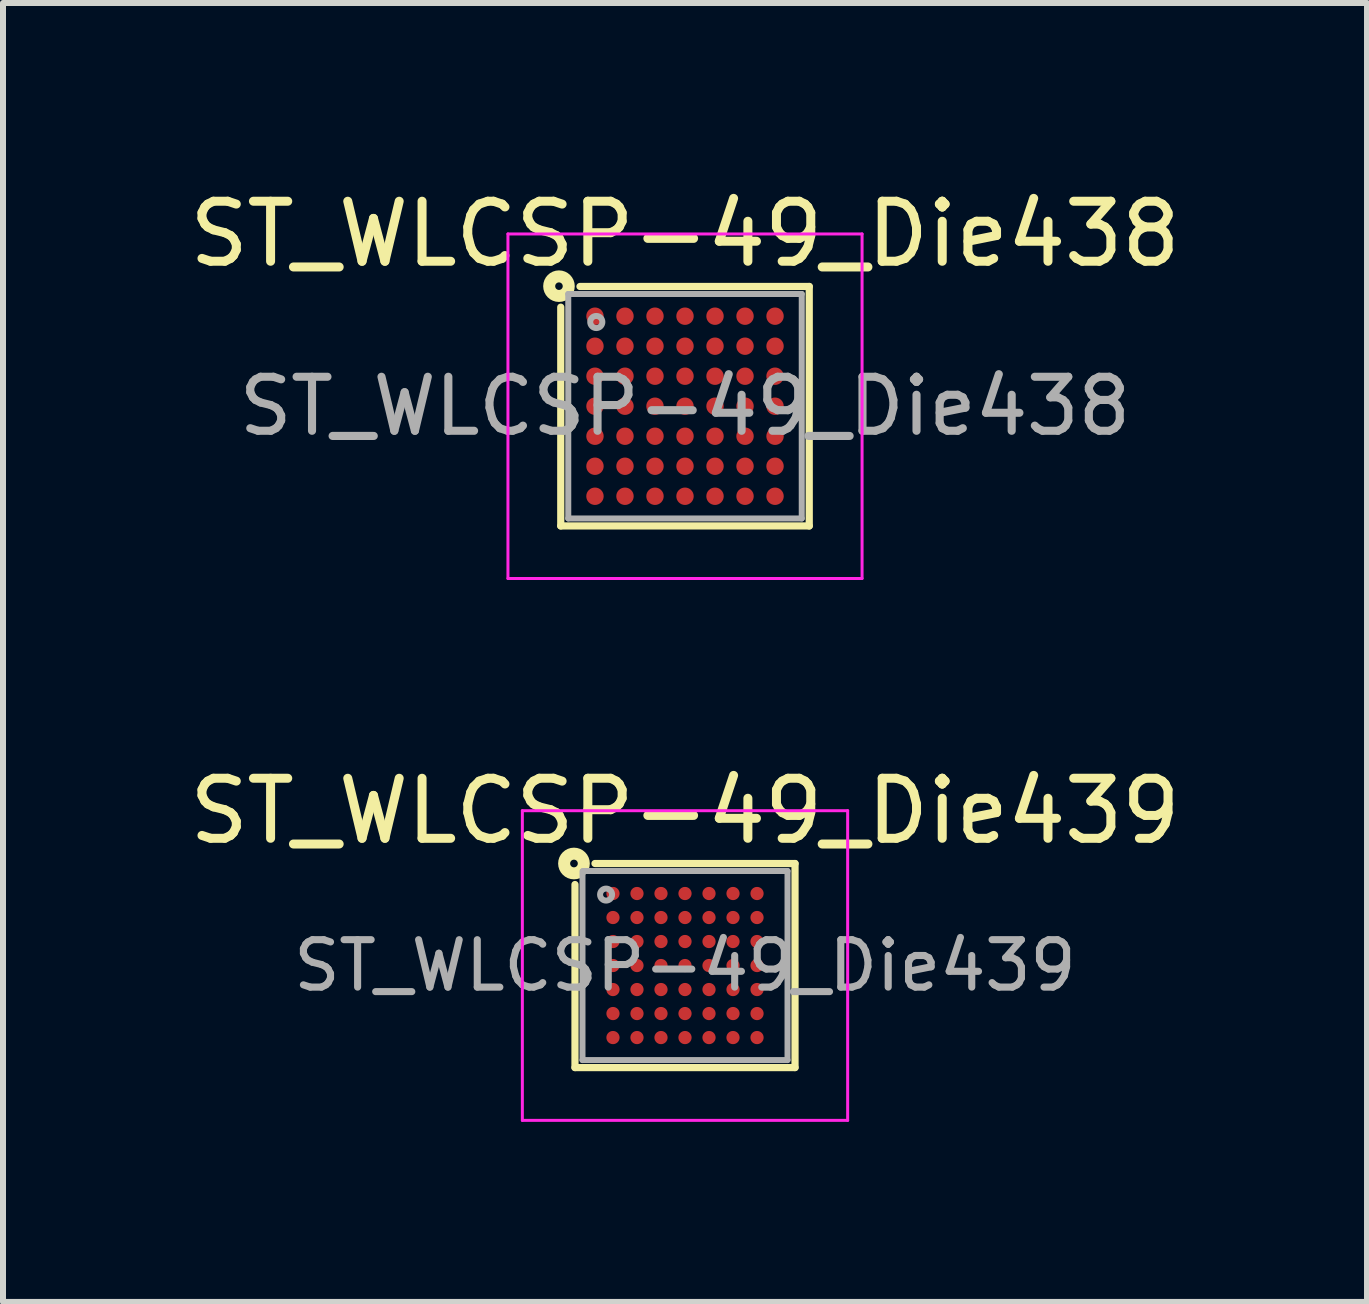
<source format=kicad_pcb>
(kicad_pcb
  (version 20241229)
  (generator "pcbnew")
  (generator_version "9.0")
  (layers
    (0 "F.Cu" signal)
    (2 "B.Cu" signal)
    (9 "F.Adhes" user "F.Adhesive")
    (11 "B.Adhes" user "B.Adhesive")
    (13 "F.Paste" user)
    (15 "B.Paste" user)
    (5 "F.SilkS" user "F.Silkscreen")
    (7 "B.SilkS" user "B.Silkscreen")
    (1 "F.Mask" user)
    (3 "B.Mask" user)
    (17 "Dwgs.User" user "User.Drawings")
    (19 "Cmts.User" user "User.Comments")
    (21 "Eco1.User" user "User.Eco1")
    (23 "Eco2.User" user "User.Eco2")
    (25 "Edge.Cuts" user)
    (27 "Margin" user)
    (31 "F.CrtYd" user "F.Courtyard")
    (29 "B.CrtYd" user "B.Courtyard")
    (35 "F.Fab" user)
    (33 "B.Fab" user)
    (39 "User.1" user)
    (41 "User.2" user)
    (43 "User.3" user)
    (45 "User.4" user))
  (footprint "ST_WLCSP-49_Die439"
    (layer "F.Cu")
    (at 8.363 13.037)
    (property "Reference" "ST_WLCSP-49_Die439" (at 0 -2.575 0) (layer "F.SilkS") (effects (font (size 1 1) (thickness 0.15))))
    (attr smd)
    (fp_line (start -1.833 1.7) (end -1.833 -1.35) (stroke (width 0.12) (type solid)) (layer "F.SilkS"))
    (fp_line (start -1.5 -1.7) (end 1.833 -1.7) (stroke (width 0.12) (type solid)) (layer "F.SilkS"))
    (fp_line (start 1.833 -1.7) (end 1.833 1.7) (stroke (width 0.12) (type solid)) (layer "F.SilkS"))
    (fp_line (start 1.833 1.7) (end -1.833 1.7) (stroke (width 0.12) (type solid)) (layer "F.SilkS"))
    (fp_circle (center -1.85 -1.7) (end -1.786 -1.7) (stroke (width 0.2) (type solid)) (fill no) (layer "F.SilkS"))
    (fp_line (start -2.71 -2.58) (end -2.71 2.58) (stroke (width 0.05) (type solid)) (layer "F.CrtYd"))
    (fp_line (start -2.71 2.58) (end 2.71 2.58) (stroke (width 0.05) (type solid)) (layer "F.CrtYd"))
    (fp_line (start 2.71 -2.58) (end -2.71 -2.58) (stroke (width 0.05) (type solid)) (layer "F.CrtYd"))
    (fp_line (start 2.71 2.58) (end 2.71 -2.58) (stroke (width 0.05) (type solid)) (layer "F.CrtYd"))
    (fp_line (start -1.708 1.575) (end -1.708 -1.57) (stroke (width 0.1) (type solid)) (layer "F.Fab"))
    (fp_line (start -1.7 -1.575) (end 1.708 -1.575) (stroke (width 0.1) (type solid)) (layer "F.Fab"))
    (fp_line (start 1.708 -1.575) (end 1.708 1.575) (stroke (width 0.1) (type solid)) (layer "F.Fab"))
    (fp_line (start 1.708 1.575) (end -1.708 1.575) (stroke (width 0.1) (type solid)) (layer "F.Fab"))
    (fp_circle (center -1.315 -1.182) (end -1.215 -1.182) (stroke (width 0.1) (type solid)) (fill no) (layer "F.Fab"))
    (fp_text user "${REFERENCE}" (at 0 0 0) (layer "F.Fab") (effects (font (size 0.79 0.79) (thickness 0.118))))
    (pad "A1" smd circle (at -1.2 -1.2) (size 0.22 0.22) (layers "F.Cu" "F.Mask" "F.Paste"))
    (pad "A2" smd circle (at -0.8 -1.2) (size 0.22 0.22) (layers "F.Cu" "F.Mask" "F.Paste"))
    (pad "A3" smd circle (at -0.4 -1.2) (size 0.22 0.22) (layers "F.Cu" "F.Mask" "F.Paste"))
    (pad "A4" smd circle (at 0 -1.2) (size 0.22 0.22) (layers "F.Cu" "F.Mask" "F.Paste"))
    (pad "A5" smd circle (at 0.4 -1.2) (size 0.22 0.22) (layers "F.Cu" "F.Mask" "F.Paste"))
    (pad "A6" smd circle (at 0.8 -1.2) (size 0.22 0.22) (layers "F.Cu" "F.Mask" "F.Paste"))
    (pad "A7" smd circle (at 1.2 -1.2) (size 0.22 0.22) (layers "F.Cu" "F.Mask" "F.Paste"))
    (pad "B1" smd circle (at -1.2 -0.8) (size 0.22 0.22) (layers "F.Cu" "F.Mask" "F.Paste"))
    (pad "B2" smd circle (at -0.8 -0.8) (size 0.22 0.22) (layers "F.Cu" "F.Mask" "F.Paste"))
    (pad "B3" smd circle (at -0.4 -0.8) (size 0.22 0.22) (layers "F.Cu" "F.Mask" "F.Paste"))
    (pad "B4" smd circle (at 0 -0.8) (size 0.22 0.22) (layers "F.Cu" "F.Mask" "F.Paste"))
    (pad "B5" smd circle (at 0.4 -0.8) (size 0.22 0.22) (layers "F.Cu" "F.Mask" "F.Paste"))
    (pad "B6" smd circle (at 0.8 -0.8) (size 0.22 0.22) (layers "F.Cu" "F.Mask" "F.Paste"))
    (pad "B7" smd circle (at 1.2 -0.8) (size 0.22 0.22) (layers "F.Cu" "F.Mask" "F.Paste"))
    (pad "C1" smd circle (at -1.2 -0.4) (size 0.22 0.22) (layers "F.Cu" "F.Mask" "F.Paste"))
    (pad "C2" smd circle (at -0.8 -0.4) (size 0.22 0.22) (layers "F.Cu" "F.Mask" "F.Paste"))
    (pad "C3" smd circle (at -0.4 -0.4) (size 0.22 0.22) (layers "F.Cu" "F.Mask" "F.Paste"))
    (pad "C4" smd circle (at 0 -0.4) (size 0.22 0.22) (layers "F.Cu" "F.Mask" "F.Paste"))
    (pad "C5" smd circle (at 0.4 -0.4) (size 0.22 0.22) (layers "F.Cu" "F.Mask" "F.Paste"))
    (pad "C6" smd circle (at 0.8 -0.4) (size 0.22 0.22) (layers "F.Cu" "F.Mask" "F.Paste"))
    (pad "C7" smd circle (at 1.2 -0.4) (size 0.22 0.22) (layers "F.Cu" "F.Mask" "F.Paste"))
    (pad "D1" smd circle (at -1.2 0) (size 0.22 0.22) (layers "F.Cu" "F.Mask" "F.Paste"))
    (pad "D2" smd circle (at -0.8 0) (size 0.22 0.22) (layers "F.Cu" "F.Mask" "F.Paste"))
    (pad "D3" smd circle (at -0.4 0) (size 0.22 0.22) (layers "F.Cu" "F.Mask" "F.Paste"))
    (pad "D4" smd circle (at 0 0) (size 0.22 0.22) (layers "F.Cu" "F.Mask" "F.Paste"))
    (pad "D5" smd circle (at 0.4 0) (size 0.22 0.22) (layers "F.Cu" "F.Mask" "F.Paste"))
    (pad "D6" smd circle (at 0.8 0) (size 0.22 0.22) (layers "F.Cu" "F.Mask" "F.Paste"))
    (pad "D7" smd circle (at 1.2 0) (size 0.22 0.22) (layers "F.Cu" "F.Mask" "F.Paste"))
    (pad "E1" smd circle (at -1.2 0.4) (size 0.22 0.22) (layers "F.Cu" "F.Mask" "F.Paste"))
    (pad "E2" smd circle (at -0.8 0.4) (size 0.22 0.22) (layers "F.Cu" "F.Mask" "F.Paste"))
    (pad "E3" smd circle (at -0.4 0.4) (size 0.22 0.22) (layers "F.Cu" "F.Mask" "F.Paste"))
    (pad "E4" smd circle (at 0 0.4) (size 0.22 0.22) (layers "F.Cu" "F.Mask" "F.Paste"))
    (pad "E5" smd circle (at 0.4 0.4) (size 0.22 0.22) (layers "F.Cu" "F.Mask" "F.Paste"))
    (pad "E6" smd circle (at 0.8 0.4) (size 0.22 0.22) (layers "F.Cu" "F.Mask" "F.Paste"))
    (pad "E7" smd circle (at 1.2 0.4) (size 0.22 0.22) (layers "F.Cu" "F.Mask" "F.Paste"))
    (pad "F1" smd circle (at -1.2 0.8) (size 0.22 0.22) (layers "F.Cu" "F.Mask" "F.Paste"))
    (pad "F2" smd circle (at -0.8 0.8) (size 0.22 0.22) (layers "F.Cu" "F.Mask" "F.Paste"))
    (pad "F3" smd circle (at -0.4 0.8) (size 0.22 0.22) (layers "F.Cu" "F.Mask" "F.Paste"))
    (pad "F4" smd circle (at 0 0.8) (size 0.22 0.22) (layers "F.Cu" "F.Mask" "F.Paste"))
    (pad "F5" smd circle (at 0.4 0.8) (size 0.22 0.22) (layers "F.Cu" "F.Mask" "F.Paste"))
    (pad "F6" smd circle (at 0.8 0.8) (size 0.22 0.22) (layers "F.Cu" "F.Mask" "F.Paste"))
    (pad "F7" smd circle (at 1.2 0.8) (size 0.22 0.22) (layers "F.Cu" "F.Mask" "F.Paste"))
    (pad "G1" smd circle (at -1.2 1.2) (size 0.22 0.22) (layers "F.Cu" "F.Mask" "F.Paste"))
    (pad "G2" smd circle (at -0.8 1.2) (size 0.22 0.22) (layers "F.Cu" "F.Mask" "F.Paste"))
    (pad "G3" smd circle (at -0.4 1.2) (size 0.22 0.22) (layers "F.Cu" "F.Mask" "F.Paste"))
    (pad "G4" smd circle (at 0 1.2) (size 0.22 0.22) (layers "F.Cu" "F.Mask" "F.Paste"))
    (pad "G5" smd circle (at 0.4 1.2) (size 0.22 0.22) (layers "F.Cu" "F.Mask" "F.Paste"))
    (pad "G6" smd circle (at 0.8 1.2) (size 0.22 0.22) (layers "F.Cu" "F.Mask" "F.Paste"))
    (pad "G7" smd circle (at 1.2 1.2) (size 0.22 0.22) (layers "F.Cu" "F.Mask" "F.Paste")))
  (footprint "ST_WLCSP-49_Die438"
    (layer "F.Cu")
    (at 8.363 3.718)
    (property "Reference" "ST_WLCSP-49_Die438" (at 0 -2.87 0) (layer "F.SilkS") (effects (font (size 1 1) (thickness 0.15))))
    (attr smd)
    (fp_line (start -2.07 1.995) (end -2.07 -1.65) (stroke (width 0.12) (type solid)) (layer "F.SilkS"))
    (fp_line (start -1.75 -1.995) (end 2.07 -1.995) (stroke (width 0.12) (type solid)) (layer "F.SilkS"))
    (fp_line (start 2.07 -1.995) (end 2.07 1.995) (stroke (width 0.12) (type solid)) (layer "F.SilkS"))
    (fp_line (start 2.07 1.995) (end -2.07 1.995) (stroke (width 0.12) (type solid)) (layer "F.SilkS"))
    (fp_circle (center -2.1 -2) (end -2.037 -2) (stroke (width 0.2) (type solid)) (fill no) (layer "F.SilkS"))
    (fp_line (start -2.95 -2.87) (end -2.95 2.87) (stroke (width 0.05) (type solid)) (layer "F.CrtYd"))
    (fp_line (start -2.95 2.87) (end 2.95 2.87) (stroke (width 0.05) (type solid)) (layer "F.CrtYd"))
    (fp_line (start 2.95 -2.87) (end -2.95 -2.87) (stroke (width 0.05) (type solid)) (layer "F.CrtYd"))
    (fp_line (start 2.95 2.87) (end 2.95 -2.87) (stroke (width 0.05) (type solid)) (layer "F.CrtYd"))
    (fp_line (start -1.945 -1.87) (end 1.945 -1.87) (stroke (width 0.1) (type solid)) (layer "F.Fab"))
    (fp_line (start -1.945 1.87) (end -1.945 -1.87) (stroke (width 0.1) (type solid)) (layer "F.Fab"))
    (fp_line (start 1.945 -1.87) (end 1.945 1.87) (stroke (width 0.1) (type solid)) (layer "F.Fab"))
    (fp_line (start 1.945 1.87) (end -1.945 1.87) (stroke (width 0.1) (type solid)) (layer "F.Fab"))
    (fp_circle (center -1.478 -1.403) (end -1.377 -1.403) (stroke (width 0.1) (type solid)) (fill no) (layer "F.Fab"))
    (fp_text user "${REFERENCE}" (at 0 0 0) (layer "F.Fab") (effects (font (size 0.9 0.9) (thickness 0.135))))
    (pad "A1" smd circle (at -1.5 -1.5) (size 0.29 0.29) (layers "F.Cu" "F.Mask" "F.Paste"))
    (pad "A2" smd circle (at -1 -1.5) (size 0.29 0.29) (layers "F.Cu" "F.Mask" "F.Paste"))
    (pad "A3" smd circle (at -0.5 -1.5) (size 0.29 0.29) (layers "F.Cu" "F.Mask" "F.Paste"))
    (pad "A4" smd circle (at 0 -1.5) (size 0.29 0.29) (layers "F.Cu" "F.Mask" "F.Paste"))
    (pad "A5" smd circle (at 0.5 -1.5) (size 0.29 0.29) (layers "F.Cu" "F.Mask" "F.Paste"))
    (pad "A6" smd circle (at 1 -1.5) (size 0.29 0.29) (layers "F.Cu" "F.Mask" "F.Paste"))
    (pad "A7" smd circle (at 1.5 -1.5) (size 0.29 0.29) (layers "F.Cu" "F.Mask" "F.Paste"))
    (pad "B1" smd circle (at -1.5 -1) (size 0.29 0.29) (layers "F.Cu" "F.Mask" "F.Paste"))
    (pad "B2" smd circle (at -1 -1) (size 0.29 0.29) (layers "F.Cu" "F.Mask" "F.Paste"))
    (pad "B3" smd circle (at -0.5 -1) (size 0.29 0.29) (layers "F.Cu" "F.Mask" "F.Paste"))
    (pad "B4" smd circle (at 0 -1) (size 0.29 0.29) (layers "F.Cu" "F.Mask" "F.Paste"))
    (pad "B5" smd circle (at 0.5 -1) (size 0.29 0.29) (layers "F.Cu" "F.Mask" "F.Paste"))
    (pad "B6" smd circle (at 1 -1) (size 0.29 0.29) (layers "F.Cu" "F.Mask" "F.Paste"))
    (pad "B7" smd circle (at 1.5 -1) (size 0.29 0.29) (layers "F.Cu" "F.Mask" "F.Paste"))
    (pad "C1" smd circle (at -1.5 -0.5) (size 0.29 0.29) (layers "F.Cu" "F.Mask" "F.Paste"))
    (pad "C2" smd circle (at -1 -0.5) (size 0.29 0.29) (layers "F.Cu" "F.Mask" "F.Paste"))
    (pad "C3" smd circle (at -0.5 -0.5) (size 0.29 0.29) (layers "F.Cu" "F.Mask" "F.Paste"))
    (pad "C4" smd circle (at 0 -0.5) (size 0.29 0.29) (layers "F.Cu" "F.Mask" "F.Paste"))
    (pad "C5" smd circle (at 0.5 -0.5) (size 0.29 0.29) (layers "F.Cu" "F.Mask" "F.Paste"))
    (pad "C6" smd circle (at 1 -0.5) (size 0.29 0.29) (layers "F.Cu" "F.Mask" "F.Paste"))
    (pad "C7" smd circle (at 1.5 -0.5) (size 0.29 0.29) (layers "F.Cu" "F.Mask" "F.Paste"))
    (pad "D1" smd circle (at -1.5 0) (size 0.29 0.29) (layers "F.Cu" "F.Mask" "F.Paste"))
    (pad "D2" smd circle (at -1 0) (size 0.29 0.29) (layers "F.Cu" "F.Mask" "F.Paste"))
    (pad "D3" smd circle (at -0.5 0) (size 0.29 0.29) (layers "F.Cu" "F.Mask" "F.Paste"))
    (pad "D4" smd circle (at 0 0) (size 0.29 0.29) (layers "F.Cu" "F.Mask" "F.Paste"))
    (pad "D5" smd circle (at 0.5 0) (size 0.29 0.29) (layers "F.Cu" "F.Mask" "F.Paste"))
    (pad "D6" smd circle (at 1 0) (size 0.29 0.29) (layers "F.Cu" "F.Mask" "F.Paste"))
    (pad "D7" smd circle (at 1.5 0) (size 0.29 0.29) (layers "F.Cu" "F.Mask" "F.Paste"))
    (pad "E1" smd circle (at -1.5 0.5) (size 0.29 0.29) (layers "F.Cu" "F.Mask" "F.Paste"))
    (pad "E2" smd circle (at -1 0.5) (size 0.29 0.29) (layers "F.Cu" "F.Mask" "F.Paste"))
    (pad "E3" smd circle (at -0.5 0.5) (size 0.29 0.29) (layers "F.Cu" "F.Mask" "F.Paste"))
    (pad "E4" smd circle (at 0 0.5) (size 0.29 0.29) (layers "F.Cu" "F.Mask" "F.Paste"))
    (pad "E5" smd circle (at 0.5 0.5) (size 0.29 0.29) (layers "F.Cu" "F.Mask" "F.Paste"))
    (pad "E6" smd circle (at 1 0.5) (size 0.29 0.29) (layers "F.Cu" "F.Mask" "F.Paste"))
    (pad "E7" smd circle (at 1.5 0.5) (size 0.29 0.29) (layers "F.Cu" "F.Mask" "F.Paste"))
    (pad "F1" smd circle (at -1.5 1) (size 0.29 0.29) (layers "F.Cu" "F.Mask" "F.Paste"))
    (pad "F2" smd circle (at -1 1) (size 0.29 0.29) (layers "F.Cu" "F.Mask" "F.Paste"))
    (pad "F3" smd circle (at -0.5 1) (size 0.29 0.29) (layers "F.Cu" "F.Mask" "F.Paste"))
    (pad "F4" smd circle (at 0 1) (size 0.29 0.29) (layers "F.Cu" "F.Mask" "F.Paste"))
    (pad "F5" smd circle (at 0.5 1) (size 0.29 0.29) (layers "F.Cu" "F.Mask" "F.Paste"))
    (pad "F6" smd circle (at 1 1) (size 0.29 0.29) (layers "F.Cu" "F.Mask" "F.Paste"))
    (pad "F7" smd circle (at 1.5 1) (size 0.29 0.29) (layers "F.Cu" "F.Mask" "F.Paste"))
    (pad "G1" smd circle (at -1.5 1.5) (size 0.29 0.29) (layers "F.Cu" "F.Mask" "F.Paste"))
    (pad "G2" smd circle (at -1 1.5) (size 0.29 0.29) (layers "F.Cu" "F.Mask" "F.Paste"))
    (pad "G3" smd circle (at -0.5 1.5) (size 0.29 0.29) (layers "F.Cu" "F.Mask" "F.Paste"))
    (pad "G4" smd circle (at 0 1.5) (size 0.29 0.29) (layers "F.Cu" "F.Mask" "F.Paste"))
    (pad "G5" smd circle (at 0.5 1.5) (size 0.29 0.29) (layers "F.Cu" "F.Mask" "F.Paste"))
    (pad "G6" smd circle (at 1 1.5) (size 0.29 0.29) (layers "F.Cu" "F.Mask" "F.Paste"))
    (pad "G7" smd circle (at 1.5 1.5) (size 0.29 0.29) (layers "F.Cu" "F.Mask" "F.Paste")))
  (gr_rect
    (start -3 -3)
    (end 19.726 18.642)
    (stroke (width 0.1) (type default))
    (fill no)
    (layer "Edge.Cuts")))
</source>
